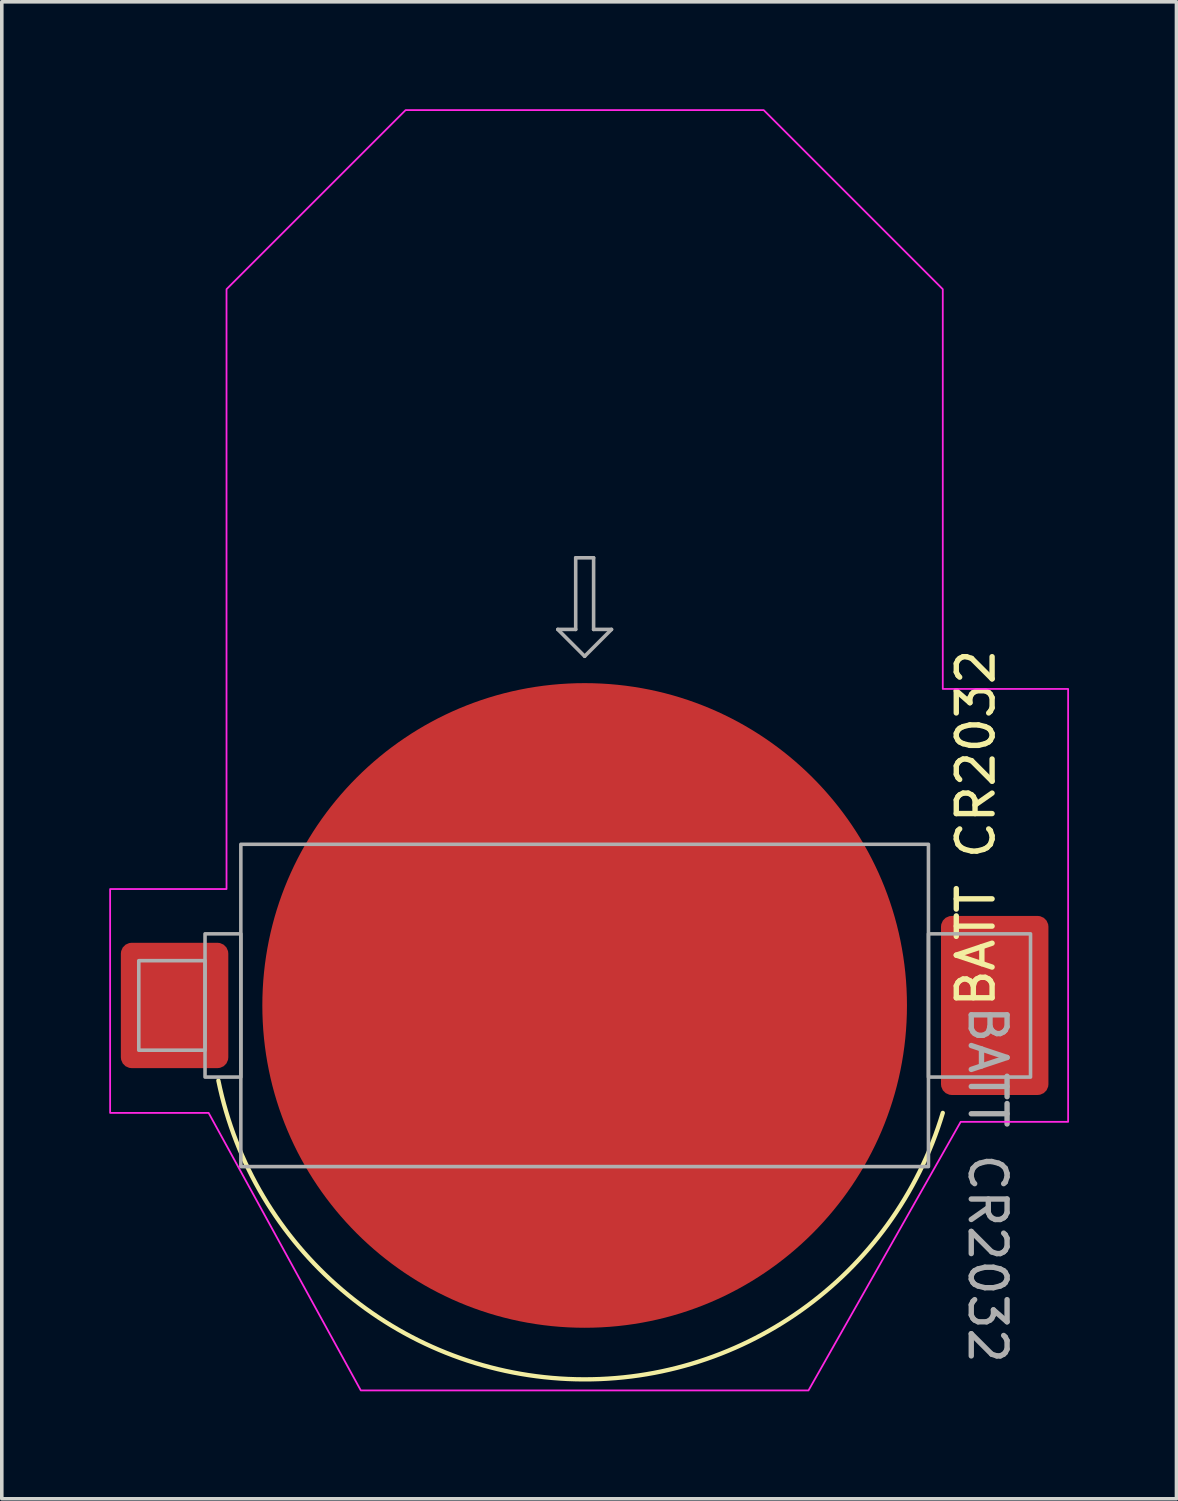
<source format=kicad_pcb>
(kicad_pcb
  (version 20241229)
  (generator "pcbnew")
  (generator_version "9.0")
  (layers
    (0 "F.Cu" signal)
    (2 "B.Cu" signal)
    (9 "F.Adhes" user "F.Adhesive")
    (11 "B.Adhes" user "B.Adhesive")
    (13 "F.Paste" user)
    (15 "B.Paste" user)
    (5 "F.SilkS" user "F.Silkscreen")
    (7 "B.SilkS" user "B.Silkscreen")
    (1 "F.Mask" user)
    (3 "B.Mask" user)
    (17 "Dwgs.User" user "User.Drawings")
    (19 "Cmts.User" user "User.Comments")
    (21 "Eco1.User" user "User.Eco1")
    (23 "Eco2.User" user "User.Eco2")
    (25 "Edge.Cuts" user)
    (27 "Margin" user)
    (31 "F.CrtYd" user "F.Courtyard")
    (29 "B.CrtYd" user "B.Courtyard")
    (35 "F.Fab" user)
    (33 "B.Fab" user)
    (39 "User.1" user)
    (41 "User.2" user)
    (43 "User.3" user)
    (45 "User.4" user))
  (footprint "BATT CR2032"
    (layer "F.Cu")
    (at 13.275 25.025)
    (property "Reference" "BATT CR2032" (at 10.922 -4.953 90) (unlocked yes) (layer "F.SilkS") (effects (font (size 1 1) (thickness 0.15))))
    (attr smd)
    (fp_arc (start 10 3) (mid -0.465145 10.42994) (end -10.227352 2.097918) (stroke (width 0.12) (type solid)) (layer "F.SilkS"))
    (fp_poly (pts (xy 10 -20) (xy 10 -8.838) (xy 13.5 -8.838) (xy 13.5 3.25) (xy 10.5 3.25) (xy 6.25 10.75) (xy -6.25 10.75) (xy -10.5 3) (xy -13.25 3) (xy -13.25 -3.25) (xy -10 -3.25) (xy -10 -20) (xy -5 -25) (xy 5 -25)) (stroke (width 0.05) (type solid)) (fill no) (layer "F.CrtYd"))
    (fp_line (start -0.75 -10.5) (end -0.25 -10.5) (stroke (width 0.1) (type solid)) (layer "F.Fab"))
    (fp_line (start -0.25 -12.5) (end 0.25 -12.5) (stroke (width 0.1) (type solid)) (layer "F.Fab"))
    (fp_line (start -0.25 -10.5) (end -0.25 -12.5) (stroke (width 0.1) (type solid)) (layer "F.Fab"))
    (fp_line (start 0 -9.75) (end -0.75 -10.5) (stroke (width 0.1) (type solid)) (layer "F.Fab"))
    (fp_line (start 0.25 -12.5) (end 0.25 -10.5) (stroke (width 0.1) (type solid)) (layer "F.Fab"))
    (fp_line (start 0.25 -10.5) (end 0.75 -10.5) (stroke (width 0.1) (type solid)) (layer "F.Fab"))
    (fp_line (start 0.75 -10.5) (end 0 -9.75) (stroke (width 0.1) (type solid)) (layer "F.Fab"))
    (fp_rect (start -12.45 -1.25) (end -10.6 1.25) (stroke (width 0.1) (type solid)) (fill no) (layer "F.Fab"))
    (fp_rect (start -10.6 -2) (end -9.6 2) (stroke (width 0.1) (type solid)) (fill no) (layer "F.Fab"))
    (fp_rect (start -9.6 -4.5) (end 9.6 4.5) (stroke (width 0.1) (type solid)) (fill no) (layer "F.Fab"))
    (fp_rect (start 9.6 -2) (end 12.45 2) (stroke (width 0.1) (type solid)) (fill no) (layer "F.Fab"))
    (fp_text user "${REFERENCE}" (at 11.25 5 270) (unlocked yes) (layer "F.Fab") (effects (font (size 1 1) (thickness 0.15))))
    (pad "1" smd roundrect (at -11.45 0 90) (size 3.5 3) (layers "F.Cu" "F.Mask" "F.Paste") (roundrect_rratio 0.1))
    (pad "1" smd roundrect (at 11.45 0 90) (size 5 3) (layers "F.Cu" "F.Mask" "F.Paste") (roundrect_rratio 0.1))
    (pad "2" smd circle (at 0 0 90) (size 18 18) (layers "F.Cu" "F.Mask")))
  (gr_rect
    (start -3 -3)
    (end 29.8 38.8)
    (stroke (width 0.1) (type default))
    (fill no)
    (layer "Edge.Cuts")))
</source>
